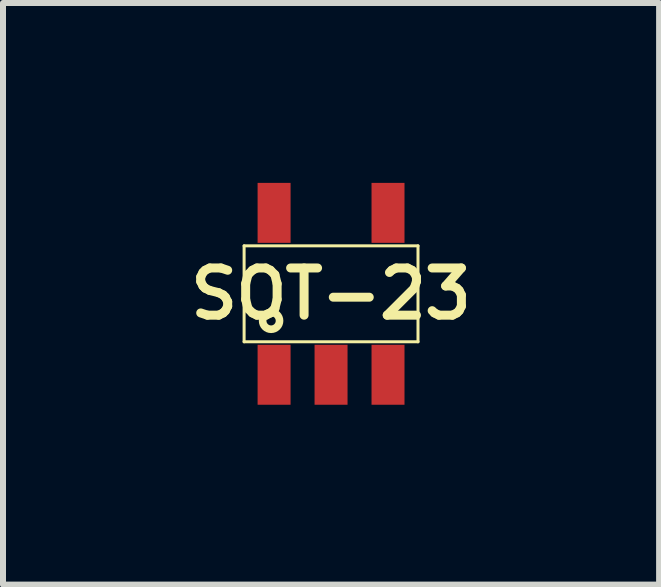
<source format=kicad_pcb>
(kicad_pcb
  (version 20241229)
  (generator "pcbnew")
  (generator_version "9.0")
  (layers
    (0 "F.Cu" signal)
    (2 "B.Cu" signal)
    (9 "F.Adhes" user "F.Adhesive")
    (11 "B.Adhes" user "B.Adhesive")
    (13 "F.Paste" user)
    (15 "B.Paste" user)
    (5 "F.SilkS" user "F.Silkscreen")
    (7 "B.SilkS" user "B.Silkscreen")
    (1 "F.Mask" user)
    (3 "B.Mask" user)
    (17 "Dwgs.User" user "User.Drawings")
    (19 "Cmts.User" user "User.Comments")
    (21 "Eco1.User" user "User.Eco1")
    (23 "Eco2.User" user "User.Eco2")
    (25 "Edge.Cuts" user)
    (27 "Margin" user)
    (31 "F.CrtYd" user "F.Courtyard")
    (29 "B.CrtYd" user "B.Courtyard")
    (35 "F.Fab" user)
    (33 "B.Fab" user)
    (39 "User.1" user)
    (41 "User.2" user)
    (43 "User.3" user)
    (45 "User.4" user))
  (footprint "SOT-23"
    (layer "F.Cu")
    (at 2.471 1.85)
    (property "Reference" "SOT-23" (at 0 0 0) (layer "F.SilkS") (effects (font (size 0.787 0.787) (thickness 0.15))))
    (attr through_hole)
    (fp_line (start -1.45 -0.8) (end 1.45 -0.8) (stroke (width 0.05) (type solid)) (layer "F.SilkS"))
    (fp_line (start -1.45 0.8) (end -1.45 -0.8) (stroke (width 0.05) (type solid)) (layer "F.SilkS"))
    (fp_line (start 1.45 -0.8) (end 1.45 0.8) (stroke (width 0.05) (type solid)) (layer "F.SilkS"))
    (fp_line (start 1.45 0.8) (end -1.45 0.8) (stroke (width 0.05) (type solid)) (layer "F.SilkS"))
    (fp_circle (center -1 0.45) (end -0.859 0.45) (stroke (width 0.127) (type solid)) (fill no) (layer "F.SilkS"))
    (pad "1" smd rect (at -0.95 1.35 90) (size 1 0.55) (layers "F.Cu" "F.Mask" "F.Paste"))
    (pad "2" smd rect (at 0 1.35 90) (size 1 0.55) (layers "F.Cu" "F.Mask" "F.Paste"))
    (pad "3" smd rect (at 0.95 1.35 90) (size 1 0.55) (layers "F.Cu" "F.Mask" "F.Paste"))
    (pad "4" smd rect (at 0.95 -1.35 90) (size 1 0.55) (layers "F.Cu" "F.Mask" "F.Paste"))
    (pad "5" smd rect (at -0.95 -1.35 90) (size 1 0.55) (layers "F.Cu" "F.Mask" "F.Paste")))
  (gr_rect
    (start -3 -3)
    (end 7.942 6.7)
    (stroke (width 0.1) (type default))
    (fill no)
    (layer "Edge.Cuts")))
</source>
